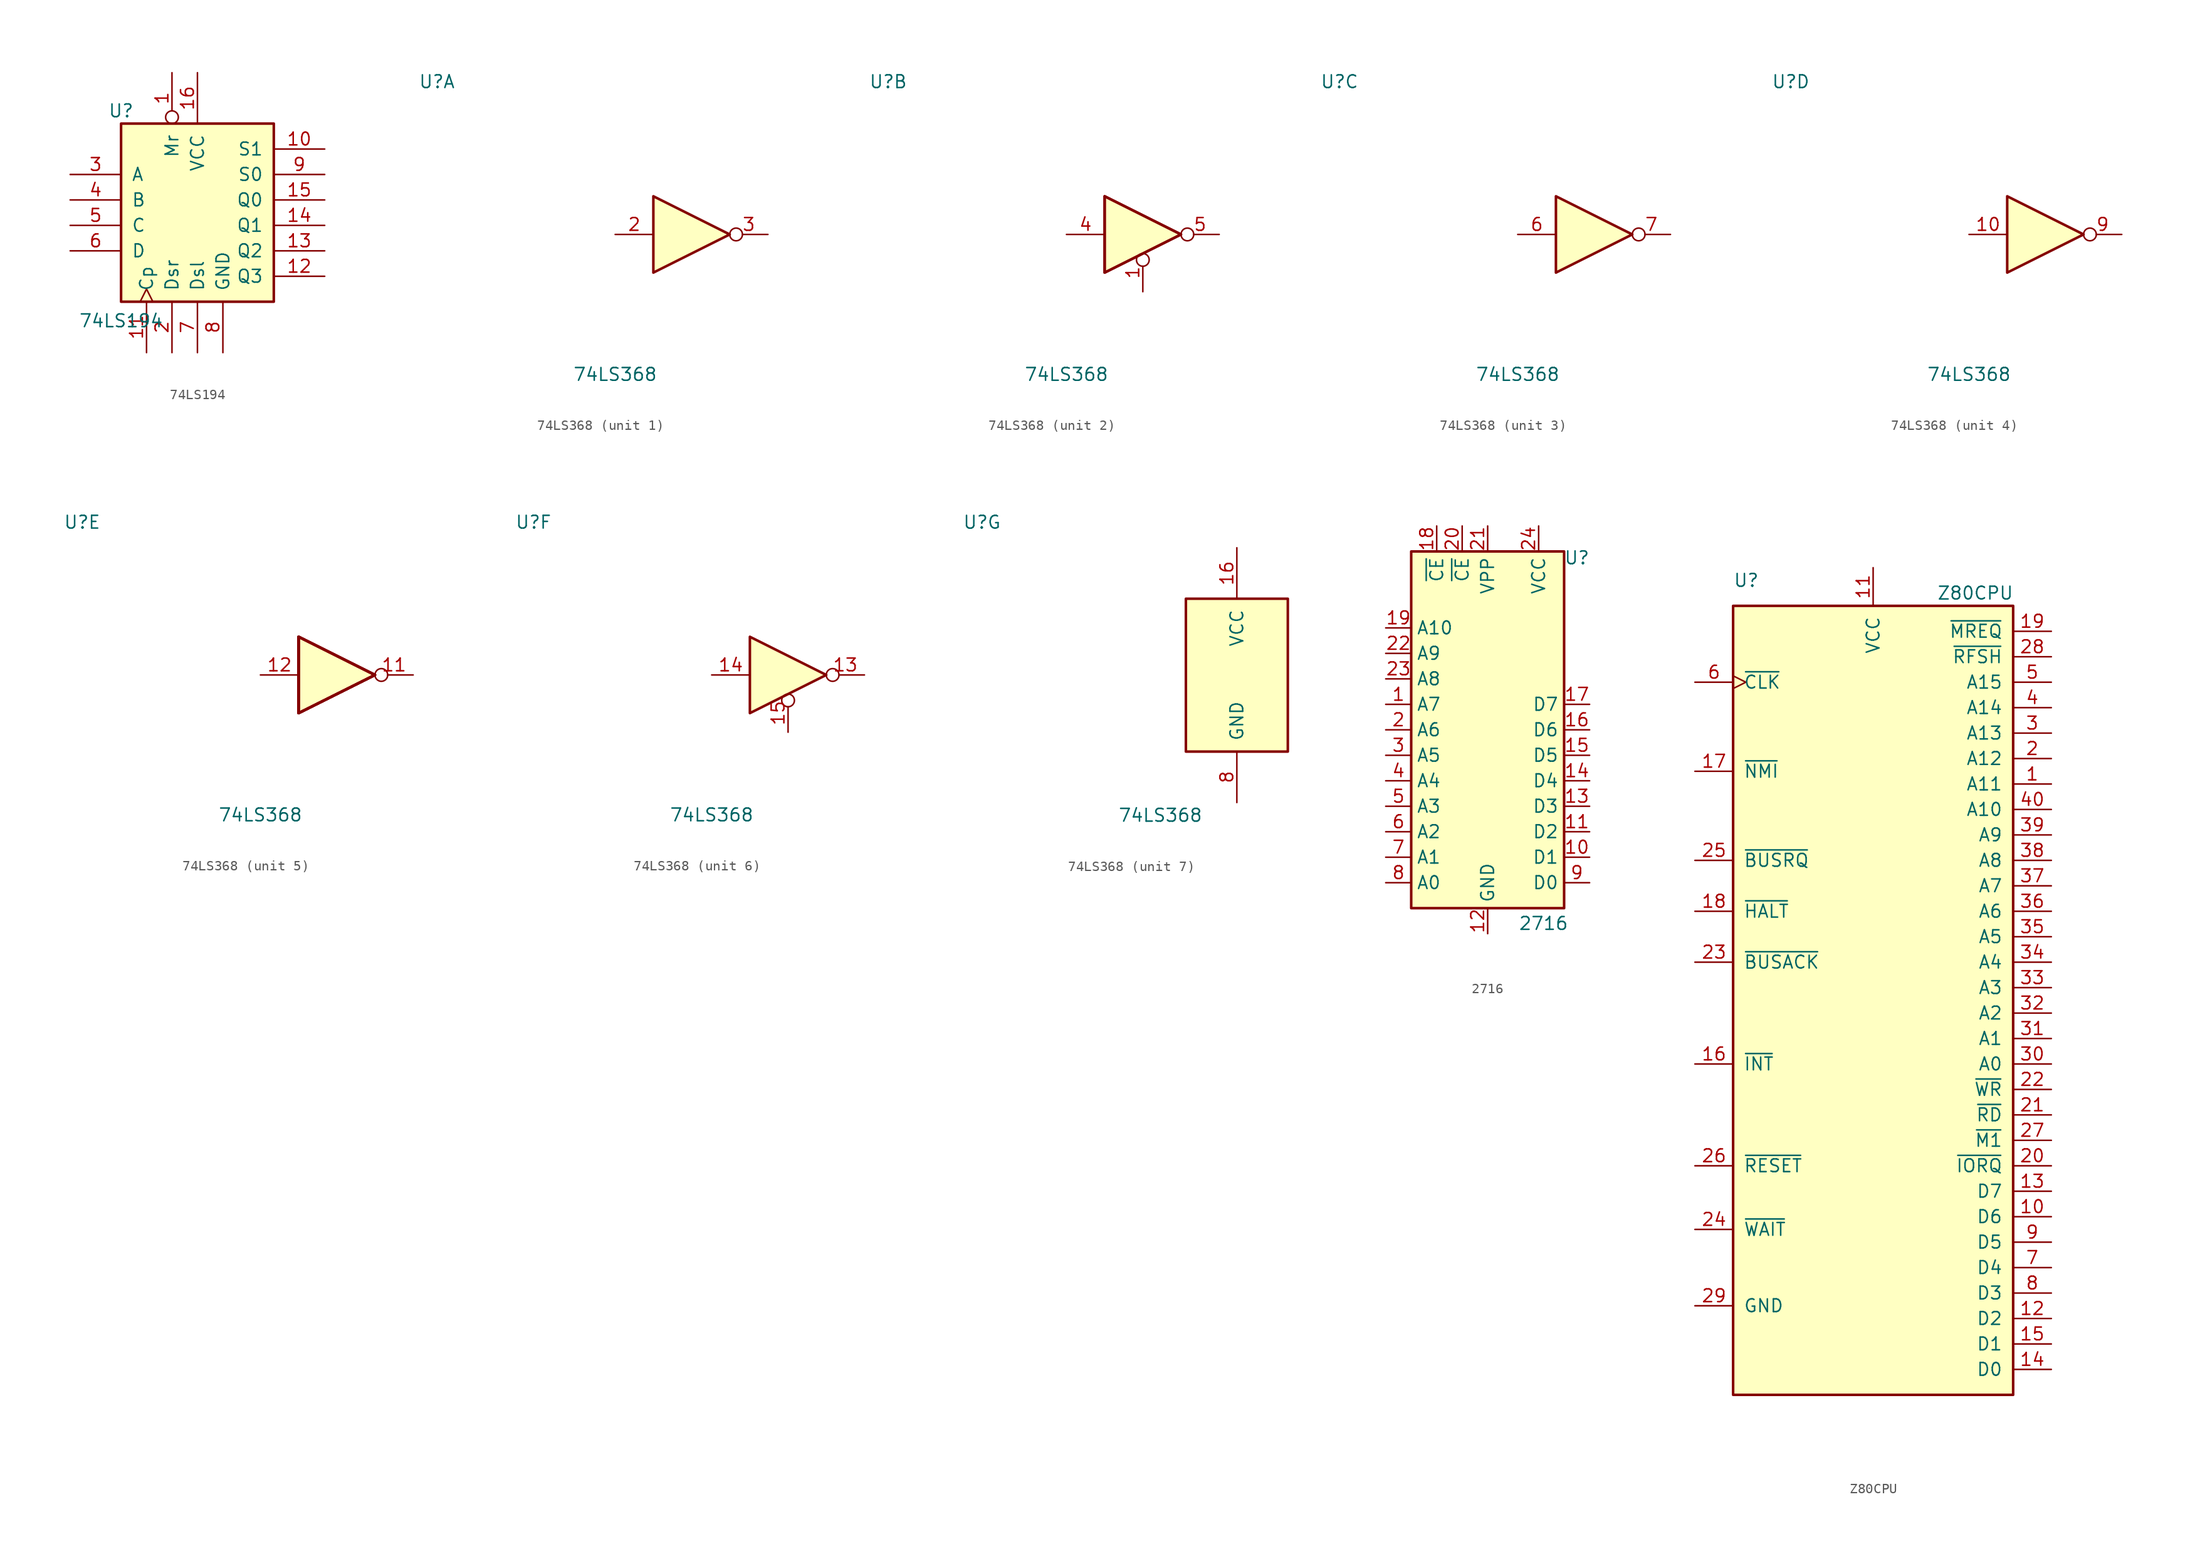
<source format=kicad_sym>
(kicad_symbol_lib
  (version 20231120)
  (generator "kicad_symbol_editor")
  (generator_version "8.0")
  (symbol "74LS194"
    (pin_names
      (offset 1.016))
    (property "Reference" "U"
      (at -7.62 10.16 0)
      (effects (font (size 1.27 1.27))))
    (property "Value" "74LS194"
      (at -7.62 -10.795 0)
      (effects (font (size 1.27 1.27))))
    (property "ki_locked" ""
      (at 0 0 0)
      (effects (font (size 1.27 1.27))))
    (symbol "74LS194_1_0"
      (pin input inverted (at -2.54 13.97 270) (length 5.08) (name "Mr" (effects (font (size 1.27 1.27)))) (number "1" (effects (font (size 1.27 1.27)))))
      (pin input line (at 12.7 6.35 180) (length 5.08) (name "S1" (effects (font (size 1.27 1.27)))) (number "10" (effects (font (size 1.27 1.27)))))
      (pin input clock (at -5.08 -13.97 90) (length 5.08) (name "Cp" (effects (font (size 1.27 1.27)))) (number "11" (effects (font (size 1.27 1.27)))))
      (pin output line (at 12.7 -6.35 180) (length 5.08) (name "Q3" (effects (font (size 1.27 1.27)))) (number "12" (effects (font (size 1.27 1.27)))))
      (pin output line (at 12.7 -3.81 180) (length 5.08) (name "Q2" (effects (font (size 1.27 1.27)))) (number "13" (effects (font (size 1.27 1.27)))))
      (pin output line (at 12.7 -1.27 180) (length 5.08) (name "Q1" (effects (font (size 1.27 1.27)))) (number "14" (effects (font (size 1.27 1.27)))))
      (pin output line (at 12.7 1.27 180) (length 5.08) (name "Q0" (effects (font (size 1.27 1.27)))) (number "15" (effects (font (size 1.27 1.27)))))
      (pin power_in line (at 0 13.97 270) (length 5.08) (name "VCC" (effects (font (size 1.27 1.27)))) (number "16" (effects (font (size 1.27 1.27)))))
      (pin input line (at -2.54 -13.97 90) (length 5.08) (name "Dsr" (effects (font (size 1.27 1.27)))) (number "2" (effects (font (size 1.27 1.27)))))
      (pin input line (at -12.7 3.81 0) (length 5.08) (name "A" (effects (font (size 1.27 1.27)))) (number "3" (effects (font (size 1.27 1.27)))))
      (pin input line (at -12.7 1.27 0) (length 5.08) (name "B" (effects (font (size 1.27 1.27)))) (number "4" (effects (font (size 1.27 1.27)))))
      (pin input line (at -12.7 -1.27 0) (length 5.08) (name "C" (effects (font (size 1.27 1.27)))) (number "5" (effects (font (size 1.27 1.27)))))
      (pin input line (at -12.7 -3.81 0) (length 5.08) (name "D" (effects (font (size 1.27 1.27)))) (number "6" (effects (font (size 1.27 1.27)))))
      (pin input line (at 0 -13.97 90) (length 5.08) (name "Dsl" (effects (font (size 1.27 1.27)))) (number "7" (effects (font (size 1.27 1.27)))))
      (pin power_in line (at 2.54 -13.97 90) (length 5.08) (name "GND" (effects (font (size 1.27 1.27)))) (number "8" (effects (font (size 1.27 1.27)))))
      (pin input line (at 12.7 3.81 180) (length 5.08) (name "S0" (effects (font (size 1.27 1.27)))) (number "9" (effects (font (size 1.27 1.27))))))
    (symbol "74LS194_1_1"
      (rectangle (start -7.62 8.89) (end 7.62 -8.89) (stroke (width 0.254) (type default)) (fill (type background)))))
  (symbol "74LS368"
    (pin_names
      (offset 1.016))
    (property "Reference" "U"
      (at -25.4 15.24 0)
      (effects (font (size 1.27 1.27))))
    (property "Value" "74LS368"
      (at -7.62 -13.97 0)
      (effects (font (size 1.27 1.27))))
    (symbol "74LS368_1_0"
      (polyline (pts (xy -3.81 3.81) (xy -3.81 -3.81) (xy 3.81 0) (xy -3.81 3.81)) (stroke (width 0.254) (type default)) (fill (type background)))
      (pin input line (at -7.62 0 0) (length 3.81) (name "~" (effects (font (size 1.27 1.27)))) (number "2" (effects (font (size 1.27 1.27)))))
      (pin output inverted (at 7.62 0 180) (length 3.81) (name "~" (effects (font (size 1.27 1.27)))) (number "3" (effects (font (size 1.27 1.27))))))
    (symbol "74LS368_2_0"
      (polyline (pts (xy -3.81 3.81) (xy -3.81 -3.81) (xy 3.81 0) (xy -3.81 3.81)) (stroke (width 0.254) (type default)) (fill (type background)))
      (polyline (pts (xy -3.81 3.81) (xy -3.81 -3.81) (xy 3.81 0) (xy -3.81 3.81)) (stroke (width 0.254) (type default)) (fill (type background)))
      (pin input inverted (at 0 -5.715 90) (length 3.81) (name "~" (effects (font (size 1.27 1.27)))) (number "1" (effects (font (size 1.27 1.27)))))
      (pin input line (at -7.62 0 0) (length 3.81) (name "~" (effects (font (size 1.27 1.27)))) (number "4" (effects (font (size 1.27 1.27)))))
      (pin output inverted (at 7.62 0 180) (length 3.81) (name "~" (effects (font (size 1.27 1.27)))) (number "5" (effects (font (size 1.27 1.27))))))
    (symbol "74LS368_3_0"
      (polyline (pts (xy -3.81 3.81) (xy -3.81 -3.81) (xy 3.81 0) (xy -3.81 3.81)) (stroke (width 0.254) (type default)) (fill (type background)))
      (pin input line (at -7.62 0 0) (length 3.81) (name "~" (effects (font (size 1.27 1.27)))) (number "6" (effects (font (size 1.27 1.27)))))
      (pin output inverted (at 7.62 0 180) (length 3.81) (name "~" (effects (font (size 1.27 1.27)))) (number "7" (effects (font (size 1.27 1.27))))))
    (symbol "74LS368_4_0"
      (polyline (pts (xy -3.81 3.81) (xy -3.81 -3.81) (xy 3.81 0) (xy -3.81 3.81)) (stroke (width 0.254) (type default)) (fill (type background)))
      (pin input line (at -7.62 0 0) (length 3.81) (name "~" (effects (font (size 1.27 1.27)))) (number "10" (effects (font (size 1.27 1.27)))))
      (pin output inverted (at 7.62 0 180) (length 3.81) (name "~" (effects (font (size 1.27 1.27)))) (number "9" (effects (font (size 1.27 1.27))))))
    (symbol "74LS368_5_0"
      (polyline (pts (xy -3.81 3.81) (xy -3.81 -3.81) (xy 3.81 0) (xy -3.81 3.81)) (stroke (width 0.254) (type default)) (fill (type background)))
      (polyline (pts (xy -3.81 3.81) (xy -3.81 -3.81) (xy 3.81 0) (xy -3.81 3.81)) (stroke (width 0.254) (type default)) (fill (type background)))
      (polyline (pts (xy -3.81 3.81) (xy -3.81 -3.81) (xy 3.81 0) (xy -3.81 3.81)) (stroke (width 0.254) (type default)) (fill (type background)))
      (polyline (pts (xy -3.81 3.81) (xy -3.81 -3.81) (xy 3.81 0) (xy -3.81 3.81)) (stroke (width 0.254) (type default)) (fill (type background)))
      (polyline (pts (xy -3.81 3.81) (xy -3.81 -3.81) (xy 3.81 0) (xy -3.81 3.81)) (stroke (width 0.254) (type default)) (fill (type background)))
      (polyline (pts (xy -3.81 3.81) (xy -3.81 -3.81) (xy 3.81 0) (xy -3.81 3.81)) (stroke (width 0.254) (type default)) (fill (type background)))
      (pin output inverted (at 7.62 0 180) (length 3.81) (name "~" (effects (font (size 1.27 1.27)))) (number "11" (effects (font (size 1.27 1.27)))))
      (pin input line (at -7.62 0 0) (length 3.81) (name "~" (effects (font (size 1.27 1.27)))) (number "12" (effects (font (size 1.27 1.27))))))
    (symbol "74LS368_6_0"
      (polyline (pts (xy -3.81 3.81) (xy -3.81 -3.81) (xy 3.81 0) (xy -3.81 3.81)) (stroke (width 0.254) (type default)) (fill (type background)))
      (pin output inverted (at 7.62 0 180) (length 3.81) (name "~" (effects (font (size 1.27 1.27)))) (number "13" (effects (font (size 1.27 1.27)))))
      (pin input line (at -7.62 0 0) (length 3.81) (name "~" (effects (font (size 1.27 1.27)))) (number "14" (effects (font (size 1.27 1.27)))))
      (pin input inverted (at 0 -5.715 90) (length 3.81) (name "~" (effects (font (size 1.27 1.27)))) (number "15" (effects (font (size 1.27 1.27))))))
    (symbol "74LS368_7_0"
      (pin power_in line (at 0 12.7 270) (length 5.08) (name "VCC" (effects (font (size 1.27 1.27)))) (number "16" (effects (font (size 1.27 1.27)))))
      (pin power_in line (at 0 -12.7 90) (length 5.08) (name "GND" (effects (font (size 1.27 1.27)))) (number "8" (effects (font (size 1.27 1.27))))))
    (symbol "74LS368_7_1"
      (rectangle (start -5.08 7.62) (end 5.08 -7.62) (stroke (width 0.254) (type default)) (fill (type background)))))
  (symbol "2716"
    (property "Reference" "U"
      (at 8.89 17.145 0)
      (effects (font (size 1.27 1.27))))
    (property "Value" "2716"
      (at 3.048 -19.304 0)
      (effects (font (size 1.27 1.27)) (justify left)))
    (symbol "2716_1_1"
      (rectangle (start -7.62 17.78) (end 7.62 -17.78) (stroke (width 0.254) (type default)) (fill (type background)))
      (pin input line (at -10.16 2.54 0) (length 2.54) (name "A7" (effects (font (size 1.27 1.27)))) (number "1" (effects (font (size 1.27 1.27)))))
      (pin tri_state line (at 10.16 -12.7 180) (length 2.54) (name "D1" (effects (font (size 1.27 1.27)))) (number "10" (effects (font (size 1.27 1.27)))))
      (pin tri_state line (at 10.16 -10.16 180) (length 2.54) (name "D2" (effects (font (size 1.27 1.27)))) (number "11" (effects (font (size 1.27 1.27)))))
      (pin power_in line (at 0 -20.32 90) (length 2.54) (name "GND" (effects (font (size 1.27 1.27)))) (number "12" (effects (font (size 1.27 1.27)))))
      (pin tri_state line (at 10.16 -7.62 180) (length 2.54) (name "D3" (effects (font (size 1.27 1.27)))) (number "13" (effects (font (size 1.27 1.27)))))
      (pin tri_state line (at 10.16 -5.08 180) (length 2.54) (name "D4" (effects (font (size 1.27 1.27)))) (number "14" (effects (font (size 1.27 1.27)))))
      (pin tri_state line (at 10.16 -2.54 180) (length 2.54) (name "D5" (effects (font (size 1.27 1.27)))) (number "15" (effects (font (size 1.27 1.27)))))
      (pin tri_state line (at 10.16 0 180) (length 2.54) (name "D6" (effects (font (size 1.27 1.27)))) (number "16" (effects (font (size 1.27 1.27)))))
      (pin tri_state line (at 10.16 2.54 180) (length 2.54) (name "D7" (effects (font (size 1.27 1.27)))) (number "17" (effects (font (size 1.27 1.27)))))
      (pin input line (at -5.08 20.32 270) (length 2.54) (name "~{CE}" (effects (font (size 1.27 1.27)))) (number "18" (effects (font (size 1.27 1.27)))))
      (pin input line (at -10.16 10.16 0) (length 2.54) (name "A10" (effects (font (size 1.27 1.27)))) (number "19" (effects (font (size 1.27 1.27)))))
      (pin input line (at -10.16 0 0) (length 2.54) (name "A6" (effects (font (size 1.27 1.27)))) (number "2" (effects (font (size 1.27 1.27)))))
      (pin input line (at -2.54 20.32 270) (length 2.54) (name "~{CE}" (effects (font (size 1.27 1.27)))) (number "20" (effects (font (size 1.27 1.27)))))
      (pin input line (at 0 20.32 270) (length 2.54) (name "VPP" (effects (font (size 1.27 1.27)))) (number "21" (effects (font (size 1.27 1.27)))))
      (pin input line (at -10.16 7.62 0) (length 2.54) (name "A9" (effects (font (size 1.27 1.27)))) (number "22" (effects (font (size 1.27 1.27)))))
      (pin input line (at -10.16 5.08 0) (length 2.54) (name "A8" (effects (font (size 1.27 1.27)))) (number "23" (effects (font (size 1.27 1.27)))))
      (pin power_in line (at 5.08 20.32 270) (length 2.54) (name "VCC" (effects (font (size 1.27 1.27)))) (number "24" (effects (font (size 1.27 1.27)))))
      (pin input line (at -10.16 -2.54 0) (length 2.54) (name "A5" (effects (font (size 1.27 1.27)))) (number "3" (effects (font (size 1.27 1.27)))))
      (pin input line (at -10.16 -5.08 0) (length 2.54) (name "A4" (effects (font (size 1.27 1.27)))) (number "4" (effects (font (size 1.27 1.27)))))
      (pin input line (at -10.16 -7.62 0) (length 2.54) (name "A3" (effects (font (size 1.27 1.27)))) (number "5" (effects (font (size 1.27 1.27)))))
      (pin input line (at -10.16 -10.16 0) (length 2.54) (name "A2" (effects (font (size 1.27 1.27)))) (number "6" (effects (font (size 1.27 1.27)))))
      (pin input line (at -10.16 -12.7 0) (length 2.54) (name "A1" (effects (font (size 1.27 1.27)))) (number "7" (effects (font (size 1.27 1.27)))))
      (pin input line (at -10.16 -15.24 0) (length 2.54) (name "A0" (effects (font (size 1.27 1.27)))) (number "8" (effects (font (size 1.27 1.27)))))
      (pin tri_state line (at 10.16 -15.24 180) (length 2.54) (name "D0" (effects (font (size 1.27 1.27)))) (number "9" (effects (font (size 1.27 1.27)))))))
  (symbol "Z80CPU"
    (pin_names
      (offset 1.016))
    (property "Reference" "U"
      (at -13.97 41.91 0)
      (effects (font (size 1.27 1.27)) (justify left)))
    (property "Value" "Z80CPU"
      (at 6.35 40.64 0)
      (effects (font (size 1.27 1.27)) (justify left)))
    (symbol "Z80CPU_0_1"
      (rectangle (start -13.97 39.37) (end 13.97 -39.37) (stroke (width 0.254) (type default)) (fill (type background))))
    (symbol "Z80CPU_1_1"
      (pin output line (at 17.78 21.59 180) (length 3.81) (name "A11" (effects (font (size 1.27 1.27)))) (number "1" (effects (font (size 1.27 1.27)))))
      (pin bidirectional line (at 17.78 -21.59 180) (length 3.81) (name "D6" (effects (font (size 1.27 1.27)))) (number "10" (effects (font (size 1.27 1.27)))))
      (pin power_in line (at 0 43.18 270) (length 3.81) (name "VCC" (effects (font (size 1.27 1.27)))) (number "11" (effects (font (size 1.27 1.27)))))
      (pin bidirectional line (at 17.78 -31.75 180) (length 3.81) (name "D2" (effects (font (size 1.27 1.27)))) (number "12" (effects (font (size 1.27 1.27)))))
      (pin bidirectional line (at 17.78 -19.05 180) (length 3.81) (name "D7" (effects (font (size 1.27 1.27)))) (number "13" (effects (font (size 1.27 1.27)))))
      (pin bidirectional line (at 17.78 -36.83 180) (length 3.81) (name "D0" (effects (font (size 1.27 1.27)))) (number "14" (effects (font (size 1.27 1.27)))))
      (pin bidirectional line (at 17.78 -34.29 180) (length 3.81) (name "D1" (effects (font (size 1.27 1.27)))) (number "15" (effects (font (size 1.27 1.27)))))
      (pin input line (at -17.78 -6.35 0) (length 3.81) (name "~{INT}" (effects (font (size 1.27 1.27)))) (number "16" (effects (font (size 1.27 1.27)))))
      (pin input line (at -17.78 22.86 0) (length 3.81) (name "~{NMI}" (effects (font (size 1.27 1.27)))) (number "17" (effects (font (size 1.27 1.27)))))
      (pin output line (at -17.78 8.89 0) (length 3.81) (name "~{HALT}" (effects (font (size 1.27 1.27)))) (number "18" (effects (font (size 1.27 1.27)))))
      (pin output line (at 17.78 36.83 180) (length 3.81) (name "~{MREQ}" (effects (font (size 1.27 1.27)))) (number "19" (effects (font (size 1.27 1.27)))))
      (pin output line (at 17.78 24.13 180) (length 3.81) (name "A12" (effects (font (size 1.27 1.27)))) (number "2" (effects (font (size 1.27 1.27)))))
      (pin output line (at 17.78 -16.51 180) (length 3.81) (name "~{IORQ}" (effects (font (size 1.27 1.27)))) (number "20" (effects (font (size 1.27 1.27)))))
      (pin output line (at 17.78 -11.43 180) (length 3.81) (name "~{RD}" (effects (font (size 1.27 1.27)))) (number "21" (effects (font (size 1.27 1.27)))))
      (pin output line (at 17.78 -8.89 180) (length 3.81) (name "~{WR}" (effects (font (size 1.27 1.27)))) (number "22" (effects (font (size 1.27 1.27)))))
      (pin output line (at -17.78 3.81 0) (length 3.81) (name "~{BUSACK}" (effects (font (size 1.27 1.27)))) (number "23" (effects (font (size 1.27 1.27)))))
      (pin input line (at -17.78 -22.86 0) (length 3.81) (name "~{WAIT}" (effects (font (size 1.27 1.27)))) (number "24" (effects (font (size 1.27 1.27)))))
      (pin input line (at -17.78 13.97 0) (length 3.81) (name "~{BUSRQ}" (effects (font (size 1.27 1.27)))) (number "25" (effects (font (size 1.27 1.27)))))
      (pin input line (at -17.78 -16.51 0) (length 3.81) (name "~{RESET}" (effects (font (size 1.27 1.27)))) (number "26" (effects (font (size 1.27 1.27)))))
      (pin output line (at 17.78 -13.97 180) (length 3.81) (name "~{M1}" (effects (font (size 1.27 1.27)))) (number "27" (effects (font (size 1.27 1.27)))))
      (pin output line (at 17.78 34.29 180) (length 3.81) (name "~{RFSH}" (effects (font (size 1.27 1.27)))) (number "28" (effects (font (size 1.27 1.27)))))
      (pin power_in line (at -17.78 -30.48 0) (length 3.81) (name "GND" (effects (font (size 1.27 1.27)))) (number "29" (effects (font (size 1.27 1.27)))))
      (pin output line (at 17.78 26.67 180) (length 3.81) (name "A13" (effects (font (size 1.27 1.27)))) (number "3" (effects (font (size 1.27 1.27)))))
      (pin output line (at 17.78 -6.35 180) (length 3.81) (name "A0" (effects (font (size 1.27 1.27)))) (number "30" (effects (font (size 1.27 1.27)))))
      (pin output line (at 17.78 -3.81 180) (length 3.81) (name "A1" (effects (font (size 1.27 1.27)))) (number "31" (effects (font (size 1.27 1.27)))))
      (pin output line (at 17.78 -1.27 180) (length 3.81) (name "A2" (effects (font (size 1.27 1.27)))) (number "32" (effects (font (size 1.27 1.27)))))
      (pin output line (at 17.78 1.27 180) (length 3.81) (name "A3" (effects (font (size 1.27 1.27)))) (number "33" (effects (font (size 1.27 1.27)))))
      (pin output line (at 17.78 3.81 180) (length 3.81) (name "A4" (effects (font (size 1.27 1.27)))) (number "34" (effects (font (size 1.27 1.27)))))
      (pin output line (at 17.78 6.35 180) (length 3.81) (name "A5" (effects (font (size 1.27 1.27)))) (number "35" (effects (font (size 1.27 1.27)))))
      (pin output line (at 17.78 8.89 180) (length 3.81) (name "A6" (effects (font (size 1.27 1.27)))) (number "36" (effects (font (size 1.27 1.27)))))
      (pin output line (at 17.78 11.43 180) (length 3.81) (name "A7" (effects (font (size 1.27 1.27)))) (number "37" (effects (font (size 1.27 1.27)))))
      (pin output line (at 17.78 13.97 180) (length 3.81) (name "A8" (effects (font (size 1.27 1.27)))) (number "38" (effects (font (size 1.27 1.27)))))
      (pin output line (at 17.78 16.51 180) (length 3.81) (name "A9" (effects (font (size 1.27 1.27)))) (number "39" (effects (font (size 1.27 1.27)))))
      (pin output line (at 17.78 29.21 180) (length 3.81) (name "A14" (effects (font (size 1.27 1.27)))) (number "4" (effects (font (size 1.27 1.27)))))
      (pin output line (at 17.78 19.05 180) (length 3.81) (name "A10" (effects (font (size 1.27 1.27)))) (number "40" (effects (font (size 1.27 1.27)))))
      (pin output line (at 17.78 31.75 180) (length 3.81) (name "A15" (effects (font (size 1.27 1.27)))) (number "5" (effects (font (size 1.27 1.27)))))
      (pin input clock (at -17.78 31.75 0) (length 3.81) (name "~{CLK}" (effects (font (size 1.27 1.27)))) (number "6" (effects (font (size 1.27 1.27)))))
      (pin bidirectional line (at 17.78 -26.67 180) (length 3.81) (name "D4" (effects (font (size 1.27 1.27)))) (number "7" (effects (font (size 1.27 1.27)))))
      (pin bidirectional line (at 17.78 -29.21 180) (length 3.81) (name "D3" (effects (font (size 1.27 1.27)))) (number "8" (effects (font (size 1.27 1.27)))))
      (pin bidirectional line (at 17.78 -24.13 180) (length 3.81) (name "D5" (effects (font (size 1.27 1.27)))) (number "9" (effects (font (size 1.27 1.27))))))))
</source>
